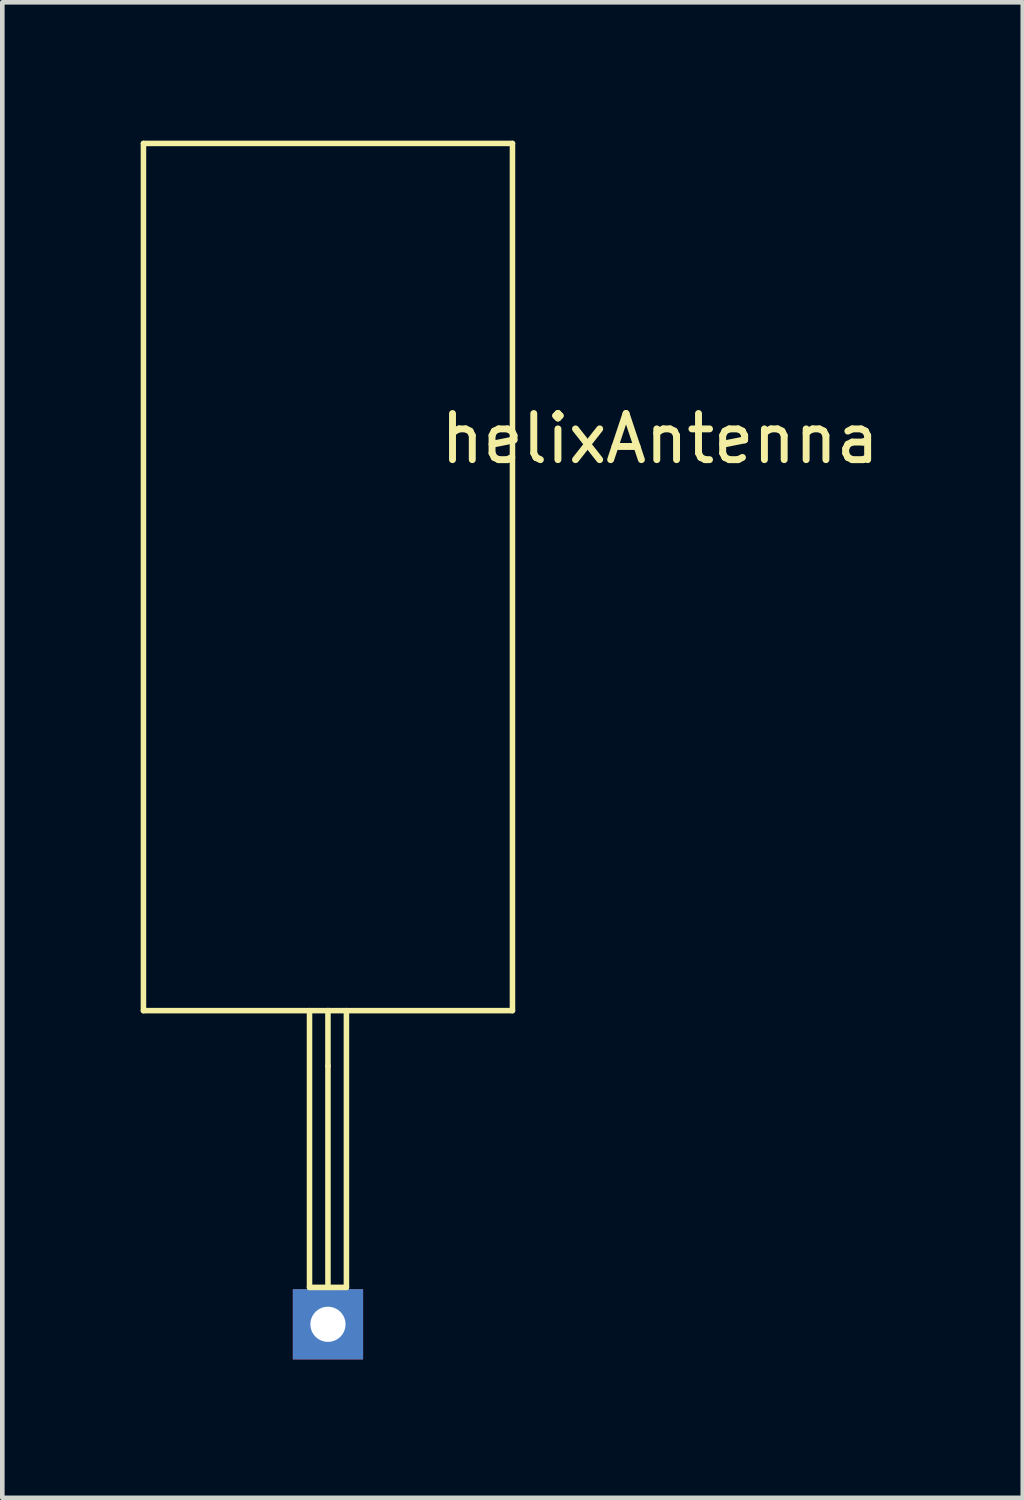
<source format=kicad_pcb>
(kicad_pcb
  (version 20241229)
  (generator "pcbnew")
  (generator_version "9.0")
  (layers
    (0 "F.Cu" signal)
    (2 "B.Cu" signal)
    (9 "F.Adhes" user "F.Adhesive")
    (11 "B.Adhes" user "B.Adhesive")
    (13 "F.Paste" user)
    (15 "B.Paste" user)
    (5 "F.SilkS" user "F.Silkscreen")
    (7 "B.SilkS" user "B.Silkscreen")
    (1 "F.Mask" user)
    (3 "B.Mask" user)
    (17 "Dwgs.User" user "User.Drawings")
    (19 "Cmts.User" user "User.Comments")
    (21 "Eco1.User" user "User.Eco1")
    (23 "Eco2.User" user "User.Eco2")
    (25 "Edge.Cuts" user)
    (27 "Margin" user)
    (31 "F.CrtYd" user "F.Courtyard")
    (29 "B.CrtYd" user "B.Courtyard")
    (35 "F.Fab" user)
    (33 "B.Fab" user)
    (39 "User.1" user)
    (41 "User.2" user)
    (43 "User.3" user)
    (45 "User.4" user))
  (footprint "helixAntenna"
    (layer "F.Cu")
    (at 4.06 25.66)
    (property "Reference" "helixAntenna" (at 7.2 -19.2 0) (layer "F.SilkS") (effects (font (size 1 1) (thickness 0.15))))
    (attr through_hole)
    (fp_line (start -4 -25.6) (end -4 -6.8) (stroke (width 0.12) (type solid)) (layer "F.SilkS"))
    (fp_line (start -4 -6.8) (end 0 -6.8) (stroke (width 0.12) (type solid)) (layer "F.SilkS"))
    (fp_line (start -0.4 -0.8) (end -0.4 -6.8) (stroke (width 0.12) (type solid)) (layer "F.SilkS"))
    (fp_line (start 0 -6.8) (end 4 -6.8) (stroke (width 0.12) (type solid)) (layer "F.SilkS"))
    (fp_line (start 0 -5.6) (end 0 -6.8) (stroke (width 0.12) (type solid)) (layer "F.SilkS"))
    (fp_line (start 0 -0.8) (end 0 -5.6) (stroke (width 0.12) (type solid)) (layer "F.SilkS"))
    (fp_line (start 0.4 -6.8) (end 0.4 -0.8) (stroke (width 0.12) (type solid)) (layer "F.SilkS"))
    (fp_line (start 0.4 -0.8) (end -0.4 -0.8) (stroke (width 0.12) (type solid)) (layer "F.SilkS"))
    (fp_line (start 4 -25.6) (end -4 -25.6) (stroke (width 0.12) (type solid)) (layer "F.SilkS"))
    (fp_line (start 4 -6.8) (end 4 -25.6) (stroke (width 0.12) (type solid)) (layer "F.SilkS"))
    (pad "1" thru_hole rect (at 0 0) (size 1.524 1.524) (drill 0.762) (layers "*.Cu" "*.Mask")))
  (gr_rect
    (start -3 -3)
    (end 19.123 29.422)
    (stroke (width 0.1) (type default))
    (fill no)
    (layer "Edge.Cuts")))
</source>
